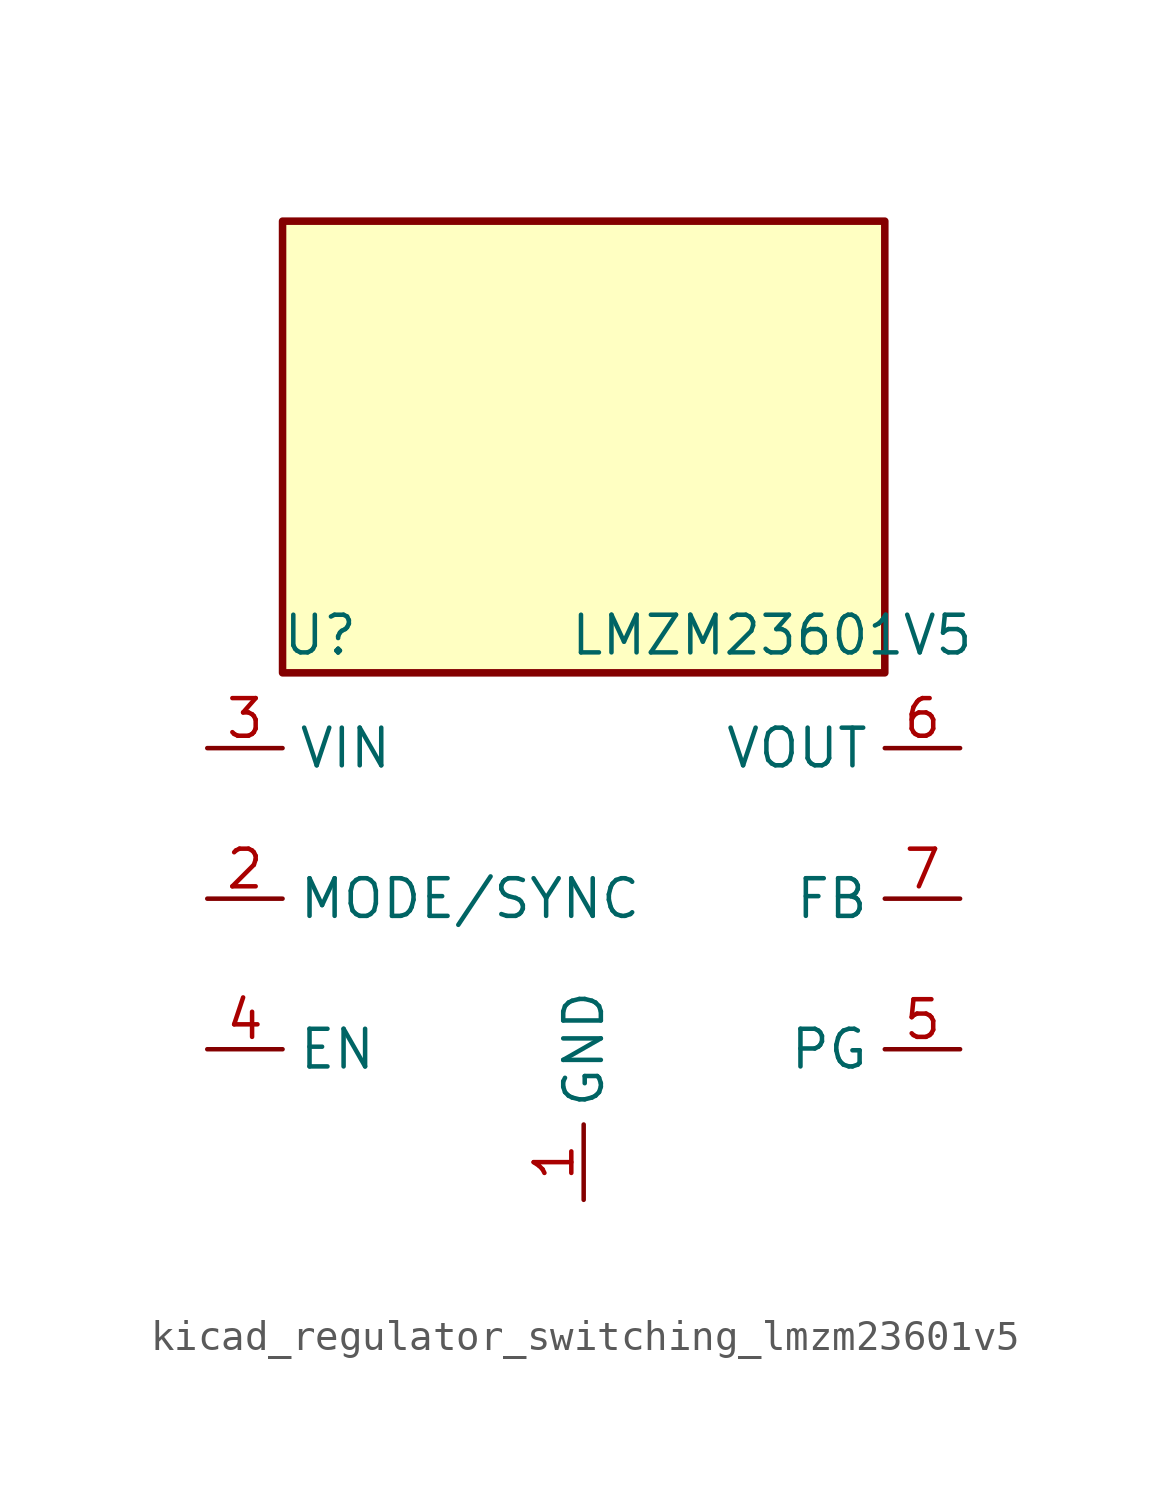
<source format=kicad_sym>
(kicad_symbol_lib
  (version 20220914)
  (generator kicad_symbol_editor)
  (symbol "kicad_regulator_switching_lmzm23601v5"
    (property "Reference" "U"
      (at -8.89 8.89 0)
      (effects (font (size 1.27 1.27))))
    (property "Value" "LMZM23601V5"
      (at 6.35 8.89 0)
      (effects (font (size 1.27 1.27))))
    (symbol "kicad_regulator_switching_lmzm23601v5_0_1"
      (rectangle (start 10.16 22.86) (end -10.16 7.62) (stroke (width 0.254) (type default)) (fill (type background))))
    (symbol "kicad_regulator_switching_lmzm23601v5_1_1"
      (pin power_in line (at 0 -10.16 90) (length 2.54) (name "GND" (effects (font (size 1.27 1.27)))) (number "1" (effects (font (size 1.27 1.27)))))
      (pin no_connect line (at -2.54 -7.62 90) (length 2.54) hide (name "~" (effects (font (size 1.27 1.27)))) (number "10" (effects (font (size 1.27 1.27)))))
      (pin passive line (at 0 -10.16 90) (length 2.54) hide (name "GND" (effects (font (size 1.27 1.27)))) (number "11" (effects (font (size 1.27 1.27)))))
      (pin input line (at -12.7 0 0) (length 2.54) (name "MODE/SYNC" (effects (font (size 1.27 1.27)))) (number "2" (effects (font (size 1.27 1.27)))))
      (pin power_in line (at -12.7 5.08 0) (length 2.54) (name "VIN" (effects (font (size 1.27 1.27)))) (number "3" (effects (font (size 1.27 1.27)))))
      (pin input line (at -12.7 -5.08 0) (length 2.54) (name "EN" (effects (font (size 1.27 1.27)))) (number "4" (effects (font (size 1.27 1.27)))))
      (pin open_collector line (at 12.7 -5.08 180) (length 2.54) (name "PG" (effects (font (size 1.27 1.27)))) (number "5" (effects (font (size 1.27 1.27)))))
      (pin power_out line (at 12.7 5.08 180) (length 2.54) (name "VOUT" (effects (font (size 1.27 1.27)))) (number "6" (effects (font (size 1.27 1.27)))))
      (pin input line (at 12.7 0 180) (length 2.54) (name "FB" (effects (font (size 1.27 1.27)))) (number "7" (effects (font (size 1.27 1.27)))))
      (pin no_connect line (at 5.08 -7.62 90) (length 2.54) hide (name "~" (effects (font (size 1.27 1.27)))) (number "8" (effects (font (size 1.27 1.27)))))
      (pin no_connect line (at 2.54 -7.62 90) (length 2.54) hide (name "~" (effects (font (size 1.27 1.27)))) (number "9" (effects (font (size 1.27 1.27))))))))
</source>
